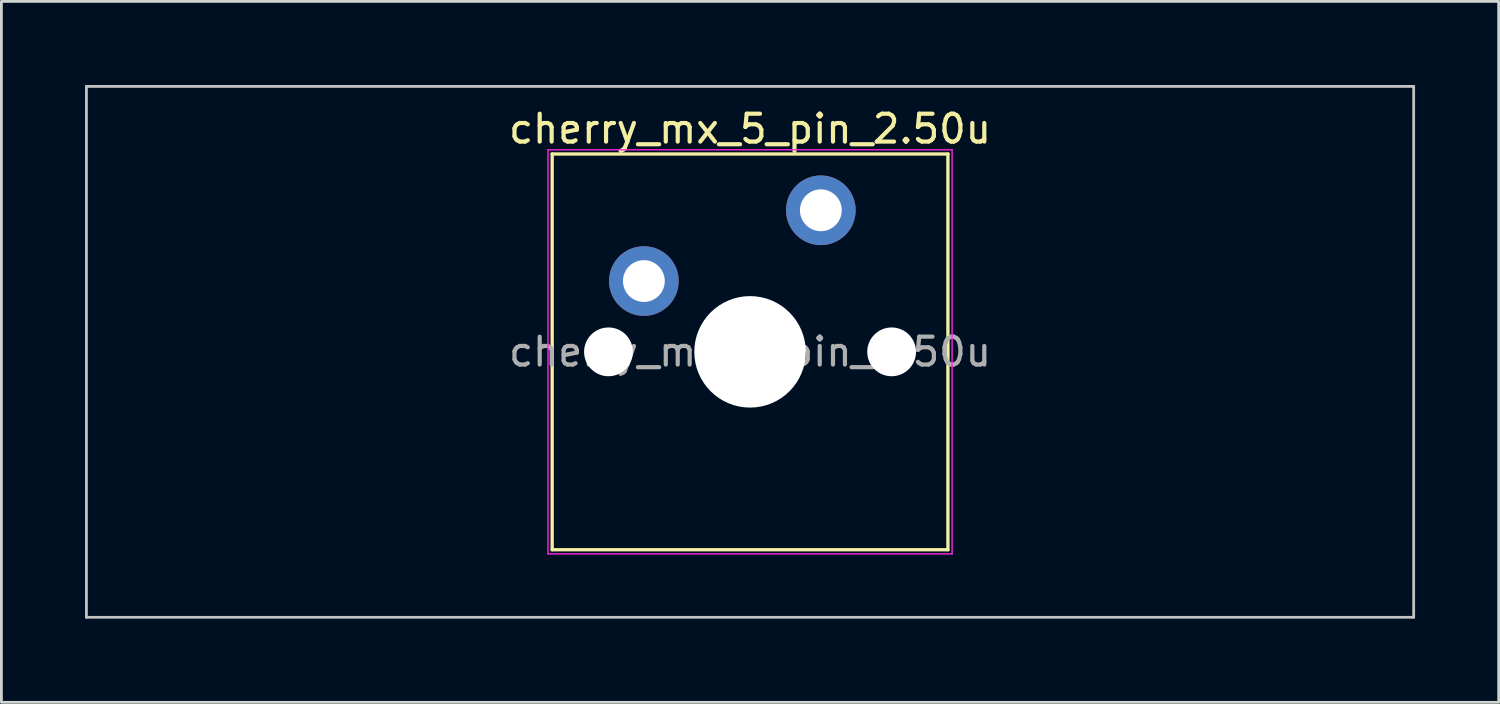
<source format=kicad_pcb>
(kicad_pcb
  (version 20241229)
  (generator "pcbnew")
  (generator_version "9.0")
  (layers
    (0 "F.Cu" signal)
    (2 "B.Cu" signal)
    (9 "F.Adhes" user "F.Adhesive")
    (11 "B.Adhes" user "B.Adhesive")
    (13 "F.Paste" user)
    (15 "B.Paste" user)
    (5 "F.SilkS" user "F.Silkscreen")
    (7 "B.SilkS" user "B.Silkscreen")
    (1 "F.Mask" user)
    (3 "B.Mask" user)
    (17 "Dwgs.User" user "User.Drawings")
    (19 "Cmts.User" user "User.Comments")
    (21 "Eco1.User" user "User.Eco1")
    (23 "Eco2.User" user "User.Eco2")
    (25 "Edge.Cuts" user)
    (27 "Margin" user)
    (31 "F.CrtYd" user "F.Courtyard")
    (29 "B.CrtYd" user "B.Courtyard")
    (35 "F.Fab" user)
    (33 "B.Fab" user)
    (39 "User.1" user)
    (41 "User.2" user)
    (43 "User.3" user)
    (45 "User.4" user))
  (footprint "cherry_mx_5_pin_2.50u"
    (layer "F.Cu")
    (at 23.863 9.575)
    (property "Reference" "cherry_mx_5_pin_2.50u" (at 0 -8 0) (layer "F.SilkS") (effects (font (size 1 1) (thickness 0.15))))
    (fp_line (start -7.1 -7.1) (end -7.1 7.1) (stroke (width 0.12) (type solid)) (layer "F.SilkS"))
    (fp_line (start -7.1 7.1) (end 7.1 7.1) (stroke (width 0.12) (type solid)) (layer "F.SilkS"))
    (fp_line (start 7.1 -7.1) (end -7.1 -7.1) (stroke (width 0.12) (type solid)) (layer "F.SilkS"))
    (fp_line (start 7.1 7.1) (end 7.1 -7.1) (stroke (width 0.12) (type solid)) (layer "F.SilkS"))
    (fp_line (start -23.812 -9.525) (end -23.812 9.525) (stroke (width 0.1) (type solid)) (layer "Dwgs.User"))
    (fp_line (start -23.812 9.525) (end 23.812 9.525) (stroke (width 0.1) (type solid)) (layer "Dwgs.User"))
    (fp_line (start 23.812 -9.525) (end -23.812 -9.525) (stroke (width 0.1) (type solid)) (layer "Dwgs.User"))
    (fp_line (start 23.812 9.525) (end 23.812 -9.525) (stroke (width 0.1) (type solid)) (layer "Dwgs.User"))
    (fp_line (start -16.1 -2.1) (end -16.1 0.3) (stroke (width 0.1) (type solid)) (layer "Eco2.User"))
    (fp_line (start -15.9 -2.3) (end -15.4 -2.3) (stroke (width 0.1) (type solid)) (layer "Eco2.User"))
    (fp_line (start -15.9 0.5) (end -15.4 0.5) (stroke (width 0.1) (type solid)) (layer "Eco2.User"))
    (fp_line (start -15.4 -5) (end -15.4 -2.3) (stroke (width 0.1) (type solid)) (layer "Eco2.User"))
    (fp_line (start -15.4 0.5) (end -15.4 6.5) (stroke (width 0.1) (type solid)) (layer "Eco2.User"))
    (fp_line (start -14.9 -5.5) (end -9.15 -5.5) (stroke (width 0.1) (type solid)) (layer "Eco2.User"))
    (fp_line (start -14.9 7) (end -14.175 7) (stroke (width 0.1) (type solid)) (layer "Eco2.User"))
    (fp_line (start -13.175 8) (end -10.875 8) (stroke (width 0.1) (type solid)) (layer "Eco2.User"))
    (fp_line (start -9.875 7) (end -9.15 7) (stroke (width 0.1) (type solid)) (layer "Eco2.User"))
    (fp_line (start -8.15 -4.5) (end -7.5 -4.5) (stroke (width 0.1) (type solid)) (layer "Eco2.User"))
    (fp_line (start -8.15 6) (end -7.5 6) (stroke (width 0.1) (type solid)) (layer "Eco2.User"))
    (fp_line (start -7 -6.5) (end -7 -5) (stroke (width 0.1) (type solid)) (layer "Eco2.User"))
    (fp_line (start -6.5 -7) (end 6.5 -7) (stroke (width 0.1) (type solid)) (layer "Eco2.User"))
    (fp_line (start -6.5 7) (end 6.5 7) (stroke (width 0.1) (type solid)) (layer "Eco2.User"))
    (fp_line (start 7 -6.5) (end 7 -5) (stroke (width 0.1) (type solid)) (layer "Eco2.User"))
    (fp_line (start 8.15 -4.5) (end 7.5 -4.5) (stroke (width 0.1) (type solid)) (layer "Eco2.User"))
    (fp_line (start 8.15 6) (end 7.5 6) (stroke (width 0.1) (type solid)) (layer "Eco2.User"))
    (fp_line (start 9.875 7) (end 9.15 7) (stroke (width 0.1) (type solid)) (layer "Eco2.User"))
    (fp_line (start 13.175 8) (end 10.875 8) (stroke (width 0.1) (type solid)) (layer "Eco2.User"))
    (fp_line (start 14.9 -5.5) (end 9.15 -5.5) (stroke (width 0.1) (type solid)) (layer "Eco2.User"))
    (fp_line (start 14.9 7) (end 14.175 7) (stroke (width 0.1) (type solid)) (layer "Eco2.User"))
    (fp_line (start 15.4 -5) (end 15.4 -2.3) (stroke (width 0.1) (type solid)) (layer "Eco2.User"))
    (fp_line (start 15.4 0.5) (end 15.4 6.5) (stroke (width 0.1) (type solid)) (layer "Eco2.User"))
    (fp_line (start 15.9 -2.3) (end 15.4 -2.3) (stroke (width 0.1) (type solid)) (layer "Eco2.User"))
    (fp_line (start 15.9 0.5) (end 15.4 0.5) (stroke (width 0.1) (type solid)) (layer "Eco2.User"))
    (fp_line (start 16.1 -2.1) (end 16.1 0.3) (stroke (width 0.1) (type solid)) (layer "Eco2.User"))
    (fp_arc (start -16.1 -2.1) (mid -16.041421 -2.241421) (end -15.9 -2.3) (stroke (width 0.1) (type solid)) (layer "Eco2.User"))
    (fp_arc (start -15.9 0.5) (mid -16.041421 0.441421) (end -16.1 0.3) (stroke (width 0.1) (type solid)) (layer "Eco2.User"))
    (fp_arc (start -15.4 -5) (mid -15.253553 -5.353553) (end -14.9 -5.5) (stroke (width 0.1) (type solid)) (layer "Eco2.User"))
    (fp_arc (start -14.9 7) (mid -15.253553 6.853553) (end -15.4 6.5) (stroke (width 0.1) (type solid)) (layer "Eco2.User"))
    (fp_arc (start -14.175 7) (mid -13.821447 7.146447) (end -13.675 7.5) (stroke (width 0.1) (type solid)) (layer "Eco2.User"))
    (fp_arc (start -13.175 8) (mid -13.528553 7.853553) (end -13.675 7.5) (stroke (width 0.1) (type solid)) (layer "Eco2.User"))
    (fp_arc (start -10.375 7.5) (mid -10.521447 7.853553) (end -10.875 8) (stroke (width 0.1) (type solid)) (layer "Eco2.User"))
    (fp_arc (start -10.375 7.5) (mid -10.228553 7.146447) (end -9.875 7) (stroke (width 0.1) (type solid)) (layer "Eco2.User"))
    (fp_arc (start -9.15 -5.5) (mid -8.796447 -5.353553) (end -8.65 -5) (stroke (width 0.1) (type solid)) (layer "Eco2.User"))
    (fp_arc (start -8.65 6.5) (mid -8.796447 6.853553) (end -9.15 7) (stroke (width 0.1) (type solid)) (layer "Eco2.User"))
    (fp_arc (start -8.65 6.5) (mid -8.503553 6.146447) (end -8.15 6) (stroke (width 0.1) (type solid)) (layer "Eco2.User"))
    (fp_arc (start -8.15 -4.5) (mid -8.503553 -4.646447) (end -8.65 -5) (stroke (width 0.1) (type solid)) (layer "Eco2.User"))
    (fp_arc (start -7.5 6) (mid -7.146447 6.146447) (end -7 6.5) (stroke (width 0.1) (type solid)) (layer "Eco2.User"))
    (fp_arc (start -7 -6.5) (mid -6.853553 -6.853553) (end -6.5 -7) (stroke (width 0.1) (type solid)) (layer "Eco2.User"))
    (fp_arc (start -7 -5) (mid -7.146447 -4.646447) (end -7.5 -4.5) (stroke (width 0.1) (type solid)) (layer "Eco2.User"))
    (fp_arc (start -6.5 7) (mid -6.853553 6.853553) (end -7 6.5) (stroke (width 0.1) (type solid)) (layer "Eco2.User"))
    (fp_arc (start 6.5 -7) (mid 6.853553 -6.853553) (end 7 -6.5) (stroke (width 0.1) (type solid)) (layer "Eco2.User"))
    (fp_arc (start 7 6.5) (mid 6.853553 6.853553) (end 6.5 7) (stroke (width 0.1) (type solid)) (layer "Eco2.User"))
    (fp_arc (start 7 6.5) (mid 7.146447 6.146447) (end 7.5 6) (stroke (width 0.1) (type solid)) (layer "Eco2.User"))
    (fp_arc (start 7.5 -4.5) (mid 7.146447 -4.646447) (end 7 -5) (stroke (width 0.1) (type solid)) (layer "Eco2.User"))
    (fp_arc (start 8.15 6) (mid 8.503553 6.146447) (end 8.65 6.5) (stroke (width 0.1) (type solid)) (layer "Eco2.User"))
    (fp_arc (start 8.65 -5) (mid 8.503553 -4.646447) (end 8.15 -4.5) (stroke (width 0.1) (type solid)) (layer "Eco2.User"))
    (fp_arc (start 8.65 -5) (mid 8.796447 -5.353553) (end 9.15 -5.5) (stroke (width 0.1) (type solid)) (layer "Eco2.User"))
    (fp_arc (start 9.15 7) (mid 8.796447 6.853553) (end 8.65 6.5) (stroke (width 0.1) (type solid)) (layer "Eco2.User"))
    (fp_arc (start 9.875 7) (mid 10.228553 7.146447) (end 10.375 7.5) (stroke (width 0.1) (type solid)) (layer "Eco2.User"))
    (fp_arc (start 10.875 8) (mid 10.521447 7.853553) (end 10.375 7.5) (stroke (width 0.1) (type solid)) (layer "Eco2.User"))
    (fp_arc (start 13.675 7.5) (mid 13.528553 7.853553) (end 13.175 8) (stroke (width 0.1) (type solid)) (layer "Eco2.User"))
    (fp_arc (start 13.675 7.5) (mid 13.821447 7.146447) (end 14.175 7) (stroke (width 0.1) (type solid)) (layer "Eco2.User"))
    (fp_arc (start 14.9 -5.5) (mid 15.253553 -5.353553) (end 15.4 -5) (stroke (width 0.1) (type solid)) (layer "Eco2.User"))
    (fp_arc (start 15.4 6.5) (mid 15.253553 6.853553) (end 14.9 7) (stroke (width 0.1) (type solid)) (layer "Eco2.User"))
    (fp_arc (start 15.9 -2.3) (mid 16.041421 -2.241421) (end 16.1 -2.1) (stroke (width 0.1) (type solid)) (layer "Eco2.User"))
    (fp_arc (start 16.1 0.3) (mid 16.041421 0.441421) (end 15.9 0.5) (stroke (width 0.1) (type solid)) (layer "Eco2.User"))
    (fp_line (start -7.25 -7.25) (end -7.25 7.25) (stroke (width 0.05) (type solid)) (layer "F.CrtYd"))
    (fp_line (start -7.25 7.25) (end 7.25 7.25) (stroke (width 0.05) (type solid)) (layer "F.CrtYd"))
    (fp_line (start 7.25 -7.25) (end -7.25 -7.25) (stroke (width 0.05) (type solid)) (layer "F.CrtYd"))
    (fp_line (start 7.25 7.25) (end 7.25 -7.25) (stroke (width 0.05) (type solid)) (layer "F.CrtYd"))
    (fp_text user "${REFERENCE}" (at 0 0 0) (layer "F.Fab") (effects (font (size 1 1) (thickness 0.15))))
    (pad "" np_thru_hole circle (at -5.08 0) (size 1.75 1.75) (drill 1.75) (layers "*.Cu" "*.Mask"))
    (pad "" smd circle (at -3.81 -2.54) (size 1.55 1.55) (layers "F.Mask"))
    (pad "" np_thru_hole circle (at 0 0) (size 4 4) (drill 4) (layers "*.Cu" "*.Mask"))
    (pad "" smd circle (at 2.54 -5.08) (size 1.55 1.55) (layers "F.Mask"))
    (pad "" np_thru_hole circle (at 5.08 0) (size 1.75 1.75) (drill 1.75) (layers "*.Cu" "*.Mask"))
    (pad "1" thru_hole circle (at -3.81 -2.54) (size 2.5 2.5) (drill 1.5) (layers "*.Cu" "B.Mask"))
    (pad "2" thru_hole circle (at 2.54 -5.08) (size 2.5 2.5) (drill 1.5) (layers "*.Cu" "B.Mask")))
  (gr_rect
    (start -3 -3)
    (end 50.725 22.15)
    (stroke (width 0.1) (type default))
    (fill no)
    (layer "Edge.Cuts")))
</source>
